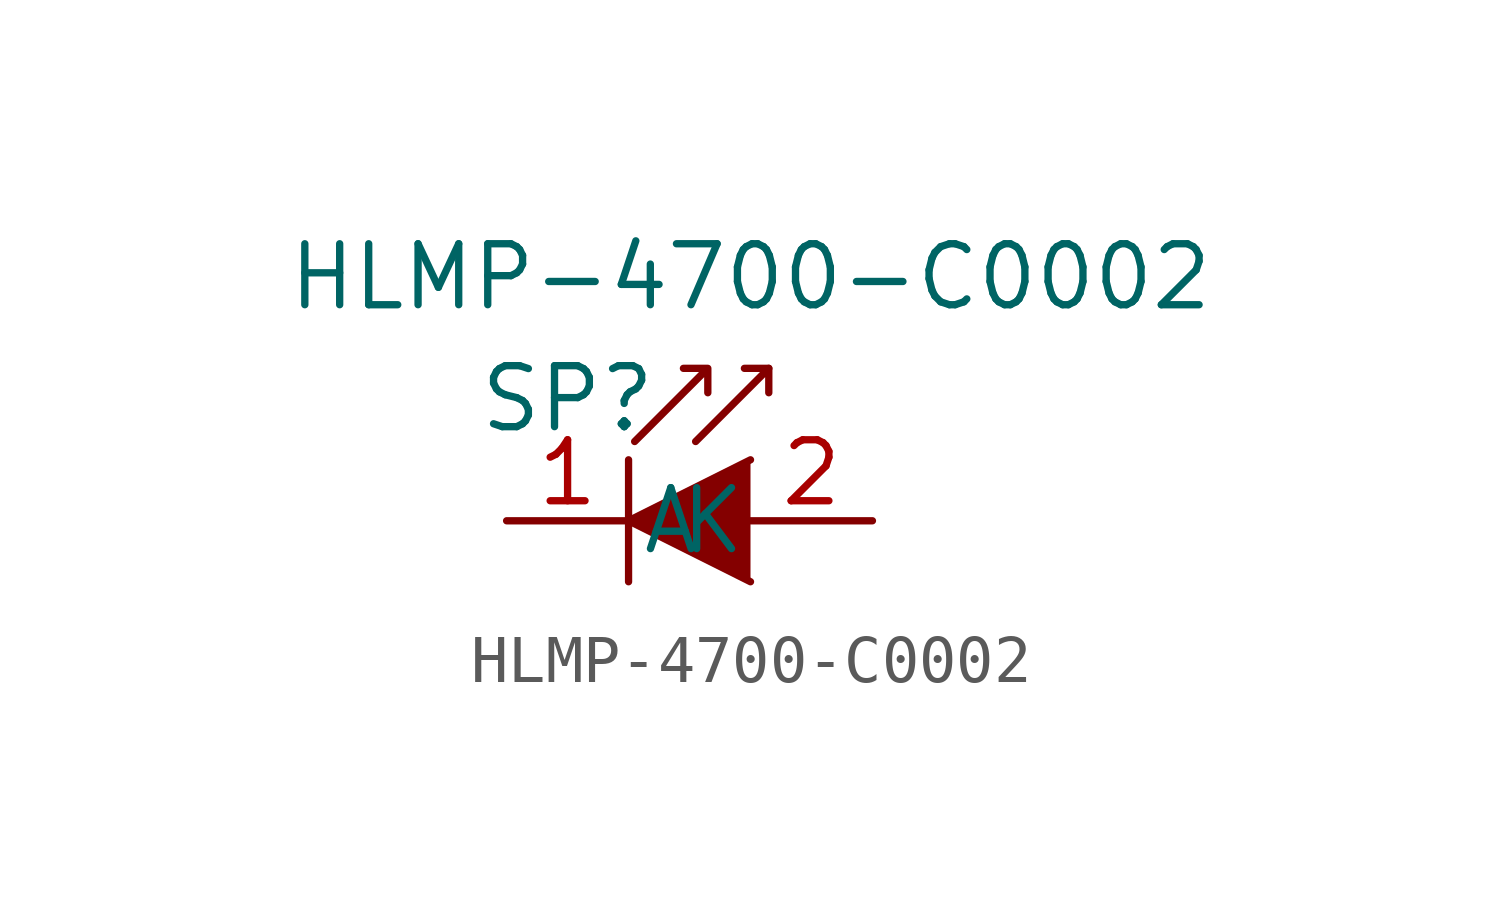
<source format=kicad_sym>
(kicad_symbol_lib
  (version 20241209)
  (generator "kicad_symbol_editor")
  (generator_version "9.0")
  (symbol "HLMP-4700-C0002"
    (pin_names
      (offset 1.016))
    (property "Reference" "SP"
      (at -2.54 2.54 0)
      (effects (font (size 1.27 1.27))))
    (property "Value" "HLMP-4700-C0002"
      (at 1.27 5.08 0)
      (effects (font (size 1.27 1.27))))
    (symbol "HLMP-4700-C0002_0_1"
      (polyline (pts (xy 1.651 3.175) (xy 1.143 3.175)) (stroke (width 0) (type solid)) (fill (type none))))
    (symbol "HLMP-4700-C0002_1_1"
      (polyline (pts (xy -1.27 1.27) (xy -1.27 -1.27)) (stroke (width 0.152) (type solid)) (fill (type none)))
      (polyline (pts (xy -1.143 1.651) (xy 0.381 3.175) (xy 0.381 2.667) (xy 0.381 3.175) (xy -0.127 3.175)) (stroke (width 0) (type solid)) (fill (type none)))
      (polyline (pts (xy 0.127 1.651) (xy 1.651 3.175) (xy 1.651 2.667)) (stroke (width 0) (type solid)) (fill (type none)))
      (polyline (pts (xy 1.27 1.27) (xy -1.27 0) (xy 1.27 -1.27)) (stroke (width 0) (type solid)) (fill (type outline)))
      (pin passive line (at -3.81 0 0) (length 2.54) (name "K" (effects (font (size 1.27 1.27)))) (number "1" (effects (font (size 1.27 1.27)))))
      (pin passive line (at 3.81 0 180) (length 2.54) (name "A" (effects (font (size 1.27 1.27)))) (number "2" (effects (font (size 1.27 1.27))))))))
</source>
